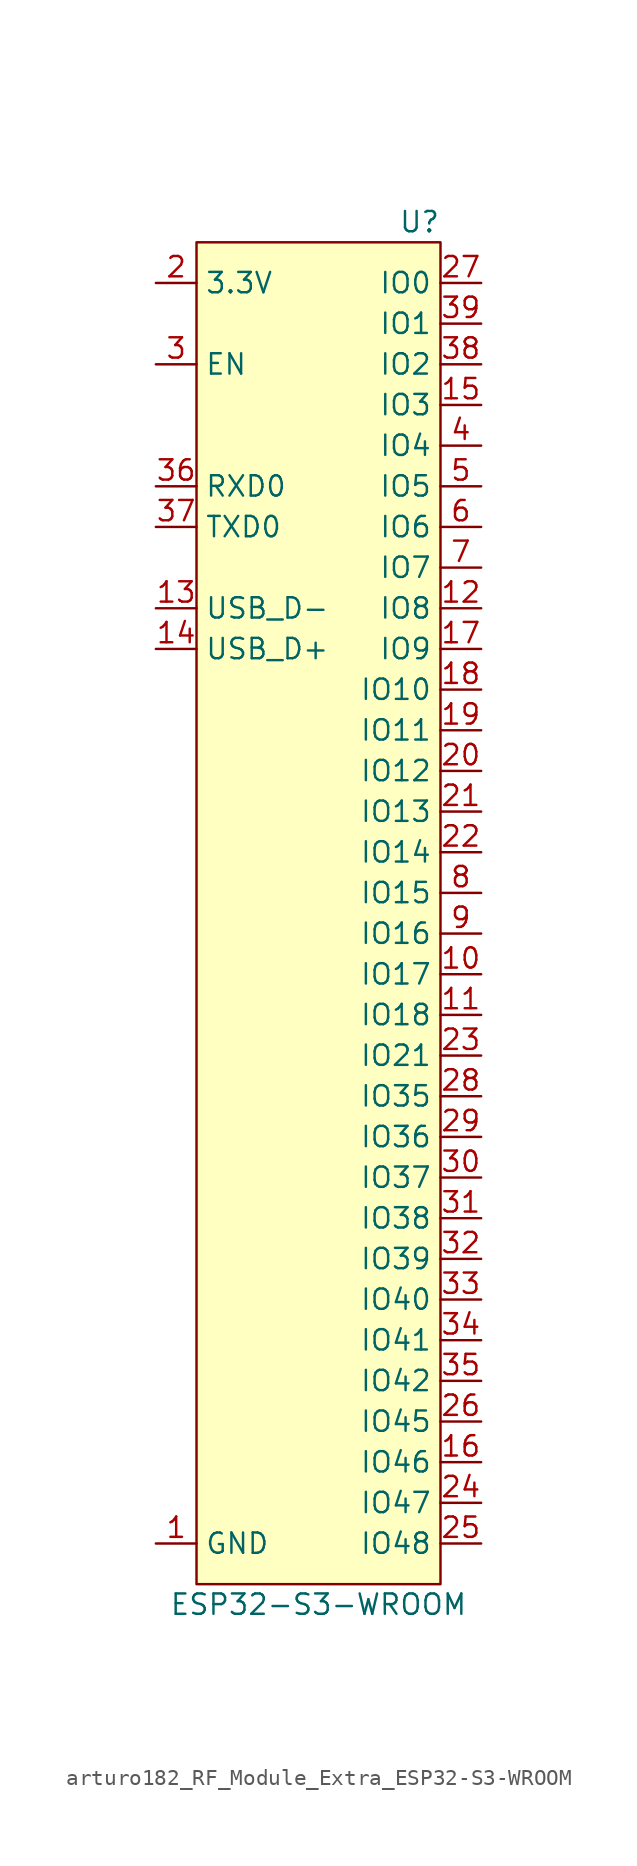
<source format=kicad_sym>
(kicad_symbol_lib
  (version 20220914)
  (generator kicad_symbol_editor)
  (symbol "arturo182_RF_Module_Extra_ESP32-S3-WROOM"
    (property "Reference" "U"
      (at 7.62 44.45 0)
      (effects (font (size 1.27 1.27)) (justify right)))
    (property "Value" "ESP32-S3-WROOM"
      (at 0 -41.91 0)
      (effects (font (size 1.27 1.27))))
    (symbol "arturo182_RF_Module_Extra_ESP32-S3-WROOM_0_0"
      (pin power_in line (at -10.16 -38.1 0) (length 2.54) (name "GND" (effects (font (size 1.27 1.27)))) (number "1" (effects (font (size 1.27 1.27)))))
      (pin bidirectional line (at 10.16 -2.54 180) (length 2.54) (name "IO17" (effects (font (size 1.27 1.27)))) (number "10" (effects (font (size 1.27 1.27)))))
      (pin bidirectional line (at 10.16 -5.08 180) (length 2.54) (name "IO18" (effects (font (size 1.27 1.27)))) (number "11" (effects (font (size 1.27 1.27)))))
      (pin bidirectional line (at 10.16 20.32 180) (length 2.54) (name "IO8" (effects (font (size 1.27 1.27)))) (number "12" (effects (font (size 1.27 1.27)))))
      (pin bidirectional line (at -10.16 20.32 0) (length 2.54) (name "USB_D-" (effects (font (size 1.27 1.27)))) (number "13" (effects (font (size 1.27 1.27)))))
      (pin bidirectional line (at -10.16 17.78 0) (length 2.54) (name "USB_D+" (effects (font (size 1.27 1.27)))) (number "14" (effects (font (size 1.27 1.27)))))
      (pin bidirectional line (at 10.16 33.02 180) (length 2.54) (name "IO3" (effects (font (size 1.27 1.27)))) (number "15" (effects (font (size 1.27 1.27)))))
      (pin bidirectional line (at 10.16 -33.02 180) (length 2.54) (name "IO46" (effects (font (size 1.27 1.27)))) (number "16" (effects (font (size 1.27 1.27)))))
      (pin bidirectional line (at 10.16 17.78 180) (length 2.54) (name "IO9" (effects (font (size 1.27 1.27)))) (number "17" (effects (font (size 1.27 1.27)))))
      (pin bidirectional line (at 10.16 15.24 180) (length 2.54) (name "IO10" (effects (font (size 1.27 1.27)))) (number "18" (effects (font (size 1.27 1.27)))))
      (pin bidirectional line (at 10.16 12.7 180) (length 2.54) (name "IO11" (effects (font (size 1.27 1.27)))) (number "19" (effects (font (size 1.27 1.27)))))
      (pin power_in line (at -10.16 40.64 0) (length 2.54) (name "3.3V" (effects (font (size 1.27 1.27)))) (number "2" (effects (font (size 1.27 1.27)))))
      (pin bidirectional line (at 10.16 10.16 180) (length 2.54) (name "IO12" (effects (font (size 1.27 1.27)))) (number "20" (effects (font (size 1.27 1.27)))))
      (pin bidirectional line (at 10.16 7.62 180) (length 2.54) (name "IO13" (effects (font (size 1.27 1.27)))) (number "21" (effects (font (size 1.27 1.27)))))
      (pin bidirectional line (at 10.16 5.08 180) (length 2.54) (name "IO14" (effects (font (size 1.27 1.27)))) (number "22" (effects (font (size 1.27 1.27)))))
      (pin bidirectional line (at 10.16 -7.62 180) (length 2.54) (name "IO21" (effects (font (size 1.27 1.27)))) (number "23" (effects (font (size 1.27 1.27)))))
      (pin bidirectional line (at 10.16 -35.56 180) (length 2.54) (name "IO47" (effects (font (size 1.27 1.27)))) (number "24" (effects (font (size 1.27 1.27)))))
      (pin bidirectional line (at 10.16 -38.1 180) (length 2.54) (name "IO48" (effects (font (size 1.27 1.27)))) (number "25" (effects (font (size 1.27 1.27)))))
      (pin bidirectional line (at 10.16 -30.48 180) (length 2.54) (name "IO45" (effects (font (size 1.27 1.27)))) (number "26" (effects (font (size 1.27 1.27)))))
      (pin bidirectional line (at 10.16 40.64 180) (length 2.54) (name "IO0" (effects (font (size 1.27 1.27)))) (number "27" (effects (font (size 1.27 1.27)))))
      (pin bidirectional line (at 10.16 -10.16 180) (length 2.54) (name "IO35" (effects (font (size 1.27 1.27)))) (number "28" (effects (font (size 1.27 1.27)))))
      (pin bidirectional line (at 10.16 -12.7 180) (length 2.54) (name "IO36" (effects (font (size 1.27 1.27)))) (number "29" (effects (font (size 1.27 1.27)))))
      (pin input line (at -10.16 35.56 0) (length 2.54) (name "EN" (effects (font (size 1.27 1.27)))) (number "3" (effects (font (size 1.27 1.27)))))
      (pin bidirectional line (at 10.16 -15.24 180) (length 2.54) (name "IO37" (effects (font (size 1.27 1.27)))) (number "30" (effects (font (size 1.27 1.27)))))
      (pin bidirectional line (at 10.16 -17.78 180) (length 2.54) (name "IO38" (effects (font (size 1.27 1.27)))) (number "31" (effects (font (size 1.27 1.27)))))
      (pin bidirectional line (at 10.16 -20.32 180) (length 2.54) (name "IO39" (effects (font (size 1.27 1.27)))) (number "32" (effects (font (size 1.27 1.27)))))
      (pin bidirectional line (at 10.16 -22.86 180) (length 2.54) (name "IO40" (effects (font (size 1.27 1.27)))) (number "33" (effects (font (size 1.27 1.27)))))
      (pin bidirectional line (at 10.16 -25.4 180) (length 2.54) (name "IO41" (effects (font (size 1.27 1.27)))) (number "34" (effects (font (size 1.27 1.27)))))
      (pin bidirectional line (at 10.16 -27.94 180) (length 2.54) (name "IO42" (effects (font (size 1.27 1.27)))) (number "35" (effects (font (size 1.27 1.27)))))
      (pin input line (at -10.16 27.94 0) (length 2.54) (name "RXD0" (effects (font (size 1.27 1.27)))) (number "36" (effects (font (size 1.27 1.27)))))
      (pin output line (at -10.16 25.4 0) (length 2.54) (name "TXD0" (effects (font (size 1.27 1.27)))) (number "37" (effects (font (size 1.27 1.27)))))
      (pin bidirectional line (at 10.16 35.56 180) (length 2.54) (name "IO2" (effects (font (size 1.27 1.27)))) (number "38" (effects (font (size 1.27 1.27)))))
      (pin bidirectional line (at 10.16 38.1 180) (length 2.54) (name "IO1" (effects (font (size 1.27 1.27)))) (number "39" (effects (font (size 1.27 1.27)))))
      (pin bidirectional line (at 10.16 30.48 180) (length 2.54) (name "IO4" (effects (font (size 1.27 1.27)))) (number "4" (effects (font (size 1.27 1.27)))))
      (pin passive line (at -10.16 -38.1 0) (length 2.54) hide (name "GND" (effects (font (size 1.27 1.27)))) (number "40" (effects (font (size 1.27 1.27)))))
      (pin passive line (at -10.16 -38.1 0) (length 2.54) hide (name "GND" (effects (font (size 1.27 1.27)))) (number "41" (effects (font (size 1.27 1.27)))))
      (pin bidirectional line (at 10.16 27.94 180) (length 2.54) (name "IO5" (effects (font (size 1.27 1.27)))) (number "5" (effects (font (size 1.27 1.27)))))
      (pin bidirectional line (at 10.16 25.4 180) (length 2.54) (name "IO6" (effects (font (size 1.27 1.27)))) (number "6" (effects (font (size 1.27 1.27)))))
      (pin bidirectional line (at 10.16 22.86 180) (length 2.54) (name "IO7" (effects (font (size 1.27 1.27)))) (number "7" (effects (font (size 1.27 1.27)))))
      (pin bidirectional line (at 10.16 2.54 180) (length 2.54) (name "IO15" (effects (font (size 1.27 1.27)))) (number "8" (effects (font (size 1.27 1.27)))))
      (pin bidirectional line (at 10.16 0 180) (length 2.54) (name "IO16" (effects (font (size 1.27 1.27)))) (number "9" (effects (font (size 1.27 1.27))))))
    (symbol "arturo182_RF_Module_Extra_ESP32-S3-WROOM_0_1"
      (rectangle (start -7.62 43.18) (end 7.62 -40.64) (stroke (width 0) (type default)) (fill (type background))))))
</source>
